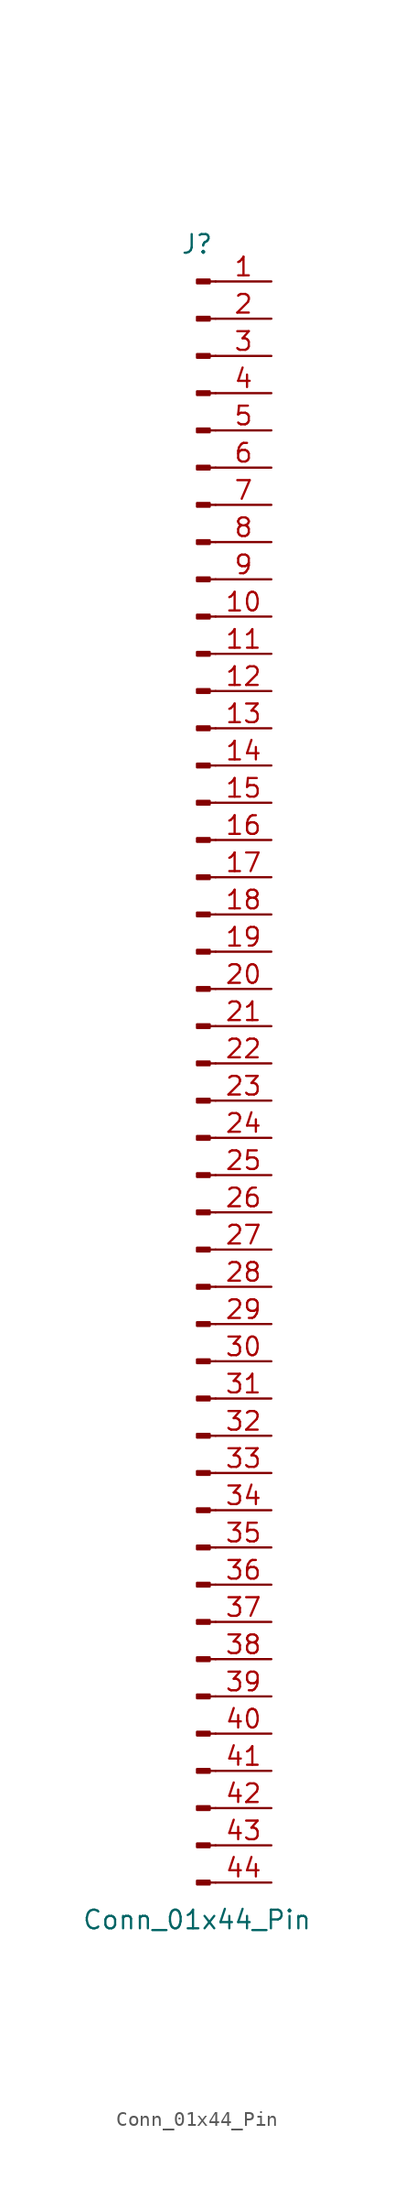
<source format=kicad_sym>
(kicad_symbol_lib
  (version 20220914)
  (generator kicad_symbol_editor)
  (symbol "Conn_01x44_Pin"
    (pin_names
      (offset 1.016) hide)
    (property "Reference" "J"
      (at 0 55.88 0)
      (effects (font (size 1.27 1.27))))
    (property "Value" "Conn_01x44_Pin"
      (at 0 -58.42 0)
      (effects (font (size 1.27 1.27))))
    (property "ki_locked" ""
      (at 0 0 0)
      (effects (font (size 1.27 1.27))))
    (symbol "Conn_01x44_Pin_1_1"
      (polyline (pts (xy 1.27 -55.88) (xy 0.864 -55.88)) (stroke (width 0.152) (type default)) (fill (type none)))
      (polyline (pts (xy 1.27 -53.34) (xy 0.864 -53.34)) (stroke (width 0.152) (type default)) (fill (type none)))
      (polyline (pts (xy 1.27 -50.8) (xy 0.864 -50.8)) (stroke (width 0.152) (type default)) (fill (type none)))
      (polyline (pts (xy 1.27 -48.26) (xy 0.864 -48.26)) (stroke (width 0.152) (type default)) (fill (type none)))
      (polyline (pts (xy 1.27 -45.72) (xy 0.864 -45.72)) (stroke (width 0.152) (type default)) (fill (type none)))
      (polyline (pts (xy 1.27 -43.18) (xy 0.864 -43.18)) (stroke (width 0.152) (type default)) (fill (type none)))
      (polyline (pts (xy 1.27 -40.64) (xy 0.864 -40.64)) (stroke (width 0.152) (type default)) (fill (type none)))
      (polyline (pts (xy 1.27 -38.1) (xy 0.864 -38.1)) (stroke (width 0.152) (type default)) (fill (type none)))
      (polyline (pts (xy 1.27 -35.56) (xy 0.864 -35.56)) (stroke (width 0.152) (type default)) (fill (type none)))
      (polyline (pts (xy 1.27 -33.02) (xy 0.864 -33.02)) (stroke (width 0.152) (type default)) (fill (type none)))
      (polyline (pts (xy 1.27 -30.48) (xy 0.864 -30.48)) (stroke (width 0.152) (type default)) (fill (type none)))
      (polyline (pts (xy 1.27 -27.94) (xy 0.864 -27.94)) (stroke (width 0.152) (type default)) (fill (type none)))
      (polyline (pts (xy 1.27 -25.4) (xy 0.864 -25.4)) (stroke (width 0.152) (type default)) (fill (type none)))
      (polyline (pts (xy 1.27 -22.86) (xy 0.864 -22.86)) (stroke (width 0.152) (type default)) (fill (type none)))
      (polyline (pts (xy 1.27 -20.32) (xy 0.864 -20.32)) (stroke (width 0.152) (type default)) (fill (type none)))
      (polyline (pts (xy 1.27 -17.78) (xy 0.864 -17.78)) (stroke (width 0.152) (type default)) (fill (type none)))
      (polyline (pts (xy 1.27 -15.24) (xy 0.864 -15.24)) (stroke (width 0.152) (type default)) (fill (type none)))
      (polyline (pts (xy 1.27 -12.7) (xy 0.864 -12.7)) (stroke (width 0.152) (type default)) (fill (type none)))
      (polyline (pts (xy 1.27 -10.16) (xy 0.864 -10.16)) (stroke (width 0.152) (type default)) (fill (type none)))
      (polyline (pts (xy 1.27 -7.62) (xy 0.864 -7.62)) (stroke (width 0.152) (type default)) (fill (type none)))
      (polyline (pts (xy 1.27 -5.08) (xy 0.864 -5.08)) (stroke (width 0.152) (type default)) (fill (type none)))
      (polyline (pts (xy 1.27 -2.54) (xy 0.864 -2.54)) (stroke (width 0.152) (type default)) (fill (type none)))
      (polyline (pts (xy 1.27 0) (xy 0.864 0)) (stroke (width 0.152) (type default)) (fill (type none)))
      (polyline (pts (xy 1.27 2.54) (xy 0.864 2.54)) (stroke (width 0.152) (type default)) (fill (type none)))
      (polyline (pts (xy 1.27 5.08) (xy 0.864 5.08)) (stroke (width 0.152) (type default)) (fill (type none)))
      (polyline (pts (xy 1.27 7.62) (xy 0.864 7.62)) (stroke (width 0.152) (type default)) (fill (type none)))
      (polyline (pts (xy 1.27 10.16) (xy 0.864 10.16)) (stroke (width 0.152) (type default)) (fill (type none)))
      (polyline (pts (xy 1.27 12.7) (xy 0.864 12.7)) (stroke (width 0.152) (type default)) (fill (type none)))
      (polyline (pts (xy 1.27 15.24) (xy 0.864 15.24)) (stroke (width 0.152) (type default)) (fill (type none)))
      (polyline (pts (xy 1.27 17.78) (xy 0.864 17.78)) (stroke (width 0.152) (type default)) (fill (type none)))
      (polyline (pts (xy 1.27 20.32) (xy 0.864 20.32)) (stroke (width 0.152) (type default)) (fill (type none)))
      (polyline (pts (xy 1.27 22.86) (xy 0.864 22.86)) (stroke (width 0.152) (type default)) (fill (type none)))
      (polyline (pts (xy 1.27 25.4) (xy 0.864 25.4)) (stroke (width 0.152) (type default)) (fill (type none)))
      (polyline (pts (xy 1.27 27.94) (xy 0.864 27.94)) (stroke (width 0.152) (type default)) (fill (type none)))
      (polyline (pts (xy 1.27 30.48) (xy 0.864 30.48)) (stroke (width 0.152) (type default)) (fill (type none)))
      (polyline (pts (xy 1.27 33.02) (xy 0.864 33.02)) (stroke (width 0.152) (type default)) (fill (type none)))
      (polyline (pts (xy 1.27 35.56) (xy 0.864 35.56)) (stroke (width 0.152) (type default)) (fill (type none)))
      (polyline (pts (xy 1.27 38.1) (xy 0.864 38.1)) (stroke (width 0.152) (type default)) (fill (type none)))
      (polyline (pts (xy 1.27 40.64) (xy 0.864 40.64)) (stroke (width 0.152) (type default)) (fill (type none)))
      (polyline (pts (xy 1.27 43.18) (xy 0.864 43.18)) (stroke (width 0.152) (type default)) (fill (type none)))
      (polyline (pts (xy 1.27 45.72) (xy 0.864 45.72)) (stroke (width 0.152) (type default)) (fill (type none)))
      (polyline (pts (xy 1.27 48.26) (xy 0.864 48.26)) (stroke (width 0.152) (type default)) (fill (type none)))
      (polyline (pts (xy 1.27 50.8) (xy 0.864 50.8)) (stroke (width 0.152) (type default)) (fill (type none)))
      (polyline (pts (xy 1.27 53.34) (xy 0.864 53.34)) (stroke (width 0.152) (type default)) (fill (type none)))
      (rectangle (start 0.864 -55.753) (end 0 -56.007) (stroke (width 0.152) (type default)) (fill (type outline)))
      (rectangle (start 0.864 -53.213) (end 0 -53.467) (stroke (width 0.152) (type default)) (fill (type outline)))
      (rectangle (start 0.864 -50.673) (end 0 -50.927) (stroke (width 0.152) (type default)) (fill (type outline)))
      (rectangle (start 0.864 -48.133) (end 0 -48.387) (stroke (width 0.152) (type default)) (fill (type outline)))
      (rectangle (start 0.864 -45.593) (end 0 -45.847) (stroke (width 0.152) (type default)) (fill (type outline)))
      (rectangle (start 0.864 -43.053) (end 0 -43.307) (stroke (width 0.152) (type default)) (fill (type outline)))
      (rectangle (start 0.864 -40.513) (end 0 -40.767) (stroke (width 0.152) (type default)) (fill (type outline)))
      (rectangle (start 0.864 -37.973) (end 0 -38.227) (stroke (width 0.152) (type default)) (fill (type outline)))
      (rectangle (start 0.864 -35.433) (end 0 -35.687) (stroke (width 0.152) (type default)) (fill (type outline)))
      (rectangle (start 0.864 -32.893) (end 0 -33.147) (stroke (width 0.152) (type default)) (fill (type outline)))
      (rectangle (start 0.864 -30.353) (end 0 -30.607) (stroke (width 0.152) (type default)) (fill (type outline)))
      (rectangle (start 0.864 -27.813) (end 0 -28.067) (stroke (width 0.152) (type default)) (fill (type outline)))
      (rectangle (start 0.864 -25.273) (end 0 -25.527) (stroke (width 0.152) (type default)) (fill (type outline)))
      (rectangle (start 0.864 -22.733) (end 0 -22.987) (stroke (width 0.152) (type default)) (fill (type outline)))
      (rectangle (start 0.864 -20.193) (end 0 -20.447) (stroke (width 0.152) (type default)) (fill (type outline)))
      (rectangle (start 0.864 -17.653) (end 0 -17.907) (stroke (width 0.152) (type default)) (fill (type outline)))
      (rectangle (start 0.864 -15.113) (end 0 -15.367) (stroke (width 0.152) (type default)) (fill (type outline)))
      (rectangle (start 0.864 -12.573) (end 0 -12.827) (stroke (width 0.152) (type default)) (fill (type outline)))
      (rectangle (start 0.864 -10.033) (end 0 -10.287) (stroke (width 0.152) (type default)) (fill (type outline)))
      (rectangle (start 0.864 -7.493) (end 0 -7.747) (stroke (width 0.152) (type default)) (fill (type outline)))
      (rectangle (start 0.864 -4.953) (end 0 -5.207) (stroke (width 0.152) (type default)) (fill (type outline)))
      (rectangle (start 0.864 -2.413) (end 0 -2.667) (stroke (width 0.152) (type default)) (fill (type outline)))
      (rectangle (start 0.864 0.127) (end 0 -0.127) (stroke (width 0.152) (type default)) (fill (type outline)))
      (rectangle (start 0.864 2.667) (end 0 2.413) (stroke (width 0.152) (type default)) (fill (type outline)))
      (rectangle (start 0.864 5.207) (end 0 4.953) (stroke (width 0.152) (type default)) (fill (type outline)))
      (rectangle (start 0.864 7.747) (end 0 7.493) (stroke (width 0.152) (type default)) (fill (type outline)))
      (rectangle (start 0.864 10.287) (end 0 10.033) (stroke (width 0.152) (type default)) (fill (type outline)))
      (rectangle (start 0.864 12.827) (end 0 12.573) (stroke (width 0.152) (type default)) (fill (type outline)))
      (rectangle (start 0.864 15.367) (end 0 15.113) (stroke (width 0.152) (type default)) (fill (type outline)))
      (rectangle (start 0.864 17.907) (end 0 17.653) (stroke (width 0.152) (type default)) (fill (type outline)))
      (rectangle (start 0.864 20.447) (end 0 20.193) (stroke (width 0.152) (type default)) (fill (type outline)))
      (rectangle (start 0.864 22.987) (end 0 22.733) (stroke (width 0.152) (type default)) (fill (type outline)))
      (rectangle (start 0.864 25.527) (end 0 25.273) (stroke (width 0.152) (type default)) (fill (type outline)))
      (rectangle (start 0.864 28.067) (end 0 27.813) (stroke (width 0.152) (type default)) (fill (type outline)))
      (rectangle (start 0.864 30.607) (end 0 30.353) (stroke (width 0.152) (type default)) (fill (type outline)))
      (rectangle (start 0.864 33.147) (end 0 32.893) (stroke (width 0.152) (type default)) (fill (type outline)))
      (rectangle (start 0.864 35.687) (end 0 35.433) (stroke (width 0.152) (type default)) (fill (type outline)))
      (rectangle (start 0.864 38.227) (end 0 37.973) (stroke (width 0.152) (type default)) (fill (type outline)))
      (rectangle (start 0.864 40.767) (end 0 40.513) (stroke (width 0.152) (type default)) (fill (type outline)))
      (rectangle (start 0.864 43.307) (end 0 43.053) (stroke (width 0.152) (type default)) (fill (type outline)))
      (rectangle (start 0.864 45.847) (end 0 45.593) (stroke (width 0.152) (type default)) (fill (type outline)))
      (rectangle (start 0.864 48.387) (end 0 48.133) (stroke (width 0.152) (type default)) (fill (type outline)))
      (rectangle (start 0.864 50.927) (end 0 50.673) (stroke (width 0.152) (type default)) (fill (type outline)))
      (rectangle (start 0.864 53.467) (end 0 53.213) (stroke (width 0.152) (type default)) (fill (type outline)))
      (pin passive line (at 5.08 53.34 180) (length 3.81) (name "Pin_1" (effects (font (size 1.27 1.27)))) (number "1" (effects (font (size 1.27 1.27)))))
      (pin passive line (at 5.08 30.48 180) (length 3.81) (name "Pin_10" (effects (font (size 1.27 1.27)))) (number "10" (effects (font (size 1.27 1.27)))))
      (pin passive line (at 5.08 27.94 180) (length 3.81) (name "Pin_11" (effects (font (size 1.27 1.27)))) (number "11" (effects (font (size 1.27 1.27)))))
      (pin passive line (at 5.08 25.4 180) (length 3.81) (name "Pin_12" (effects (font (size 1.27 1.27)))) (number "12" (effects (font (size 1.27 1.27)))))
      (pin passive line (at 5.08 22.86 180) (length 3.81) (name "Pin_13" (effects (font (size 1.27 1.27)))) (number "13" (effects (font (size 1.27 1.27)))))
      (pin passive line (at 5.08 20.32 180) (length 3.81) (name "Pin_14" (effects (font (size 1.27 1.27)))) (number "14" (effects (font (size 1.27 1.27)))))
      (pin passive line (at 5.08 17.78 180) (length 3.81) (name "Pin_15" (effects (font (size 1.27 1.27)))) (number "15" (effects (font (size 1.27 1.27)))))
      (pin passive line (at 5.08 15.24 180) (length 3.81) (name "Pin_16" (effects (font (size 1.27 1.27)))) (number "16" (effects (font (size 1.27 1.27)))))
      (pin passive line (at 5.08 12.7 180) (length 3.81) (name "Pin_17" (effects (font (size 1.27 1.27)))) (number "17" (effects (font (size 1.27 1.27)))))
      (pin passive line (at 5.08 10.16 180) (length 3.81) (name "Pin_18" (effects (font (size 1.27 1.27)))) (number "18" (effects (font (size 1.27 1.27)))))
      (pin passive line (at 5.08 7.62 180) (length 3.81) (name "Pin_19" (effects (font (size 1.27 1.27)))) (number "19" (effects (font (size 1.27 1.27)))))
      (pin passive line (at 5.08 50.8 180) (length 3.81) (name "Pin_2" (effects (font (size 1.27 1.27)))) (number "2" (effects (font (size 1.27 1.27)))))
      (pin passive line (at 5.08 5.08 180) (length 3.81) (name "Pin_20" (effects (font (size 1.27 1.27)))) (number "20" (effects (font (size 1.27 1.27)))))
      (pin passive line (at 5.08 2.54 180) (length 3.81) (name "Pin_21" (effects (font (size 1.27 1.27)))) (number "21" (effects (font (size 1.27 1.27)))))
      (pin passive line (at 5.08 0 180) (length 3.81) (name "Pin_22" (effects (font (size 1.27 1.27)))) (number "22" (effects (font (size 1.27 1.27)))))
      (pin passive line (at 5.08 -2.54 180) (length 3.81) (name "Pin_23" (effects (font (size 1.27 1.27)))) (number "23" (effects (font (size 1.27 1.27)))))
      (pin passive line (at 5.08 -5.08 180) (length 3.81) (name "Pin_24" (effects (font (size 1.27 1.27)))) (number "24" (effects (font (size 1.27 1.27)))))
      (pin passive line (at 5.08 -7.62 180) (length 3.81) (name "Pin_25" (effects (font (size 1.27 1.27)))) (number "25" (effects (font (size 1.27 1.27)))))
      (pin passive line (at 5.08 -10.16 180) (length 3.81) (name "Pin_26" (effects (font (size 1.27 1.27)))) (number "26" (effects (font (size 1.27 1.27)))))
      (pin passive line (at 5.08 -12.7 180) (length 3.81) (name "Pin_27" (effects (font (size 1.27 1.27)))) (number "27" (effects (font (size 1.27 1.27)))))
      (pin passive line (at 5.08 -15.24 180) (length 3.81) (name "Pin_28" (effects (font (size 1.27 1.27)))) (number "28" (effects (font (size 1.27 1.27)))))
      (pin passive line (at 5.08 -17.78 180) (length 3.81) (name "Pin_29" (effects (font (size 1.27 1.27)))) (number "29" (effects (font (size 1.27 1.27)))))
      (pin passive line (at 5.08 48.26 180) (length 3.81) (name "Pin_3" (effects (font (size 1.27 1.27)))) (number "3" (effects (font (size 1.27 1.27)))))
      (pin passive line (at 5.08 -20.32 180) (length 3.81) (name "Pin_30" (effects (font (size 1.27 1.27)))) (number "30" (effects (font (size 1.27 1.27)))))
      (pin passive line (at 5.08 -22.86 180) (length 3.81) (name "Pin_31" (effects (font (size 1.27 1.27)))) (number "31" (effects (font (size 1.27 1.27)))))
      (pin passive line (at 5.08 -25.4 180) (length 3.81) (name "Pin_32" (effects (font (size 1.27 1.27)))) (number "32" (effects (font (size 1.27 1.27)))))
      (pin passive line (at 5.08 -27.94 180) (length 3.81) (name "Pin_33" (effects (font (size 1.27 1.27)))) (number "33" (effects (font (size 1.27 1.27)))))
      (pin passive line (at 5.08 -30.48 180) (length 3.81) (name "Pin_34" (effects (font (size 1.27 1.27)))) (number "34" (effects (font (size 1.27 1.27)))))
      (pin passive line (at 5.08 -33.02 180) (length 3.81) (name "Pin_35" (effects (font (size 1.27 1.27)))) (number "35" (effects (font (size 1.27 1.27)))))
      (pin passive line (at 5.08 -35.56 180) (length 3.81) (name "Pin_36" (effects (font (size 1.27 1.27)))) (number "36" (effects (font (size 1.27 1.27)))))
      (pin passive line (at 5.08 -38.1 180) (length 3.81) (name "Pin_37" (effects (font (size 1.27 1.27)))) (number "37" (effects (font (size 1.27 1.27)))))
      (pin passive line (at 5.08 -40.64 180) (length 3.81) (name "Pin_38" (effects (font (size 1.27 1.27)))) (number "38" (effects (font (size 1.27 1.27)))))
      (pin passive line (at 5.08 -43.18 180) (length 3.81) (name "Pin_39" (effects (font (size 1.27 1.27)))) (number "39" (effects (font (size 1.27 1.27)))))
      (pin passive line (at 5.08 45.72 180) (length 3.81) (name "Pin_4" (effects (font (size 1.27 1.27)))) (number "4" (effects (font (size 1.27 1.27)))))
      (pin passive line (at 5.08 -45.72 180) (length 3.81) (name "Pin_40" (effects (font (size 1.27 1.27)))) (number "40" (effects (font (size 1.27 1.27)))))
      (pin passive line (at 5.08 -48.26 180) (length 3.81) (name "Pin_41" (effects (font (size 1.27 1.27)))) (number "41" (effects (font (size 1.27 1.27)))))
      (pin passive line (at 5.08 -50.8 180) (length 3.81) (name "Pin_42" (effects (font (size 1.27 1.27)))) (number "42" (effects (font (size 1.27 1.27)))))
      (pin passive line (at 5.08 -53.34 180) (length 3.81) (name "Pin_43" (effects (font (size 1.27 1.27)))) (number "43" (effects (font (size 1.27 1.27)))))
      (pin passive line (at 5.08 -55.88 180) (length 3.81) (name "Pin_44" (effects (font (size 1.27 1.27)))) (number "44" (effects (font (size 1.27 1.27)))))
      (pin passive line (at 5.08 43.18 180) (length 3.81) (name "Pin_5" (effects (font (size 1.27 1.27)))) (number "5" (effects (font (size 1.27 1.27)))))
      (pin passive line (at 5.08 40.64 180) (length 3.81) (name "Pin_6" (effects (font (size 1.27 1.27)))) (number "6" (effects (font (size 1.27 1.27)))))
      (pin passive line (at 5.08 38.1 180) (length 3.81) (name "Pin_7" (effects (font (size 1.27 1.27)))) (number "7" (effects (font (size 1.27 1.27)))))
      (pin passive line (at 5.08 35.56 180) (length 3.81) (name "Pin_8" (effects (font (size 1.27 1.27)))) (number "8" (effects (font (size 1.27 1.27)))))
      (pin passive line (at 5.08 33.02 180) (length 3.81) (name "Pin_9" (effects (font (size 1.27 1.27)))) (number "9" (effects (font (size 1.27 1.27))))))))
</source>
